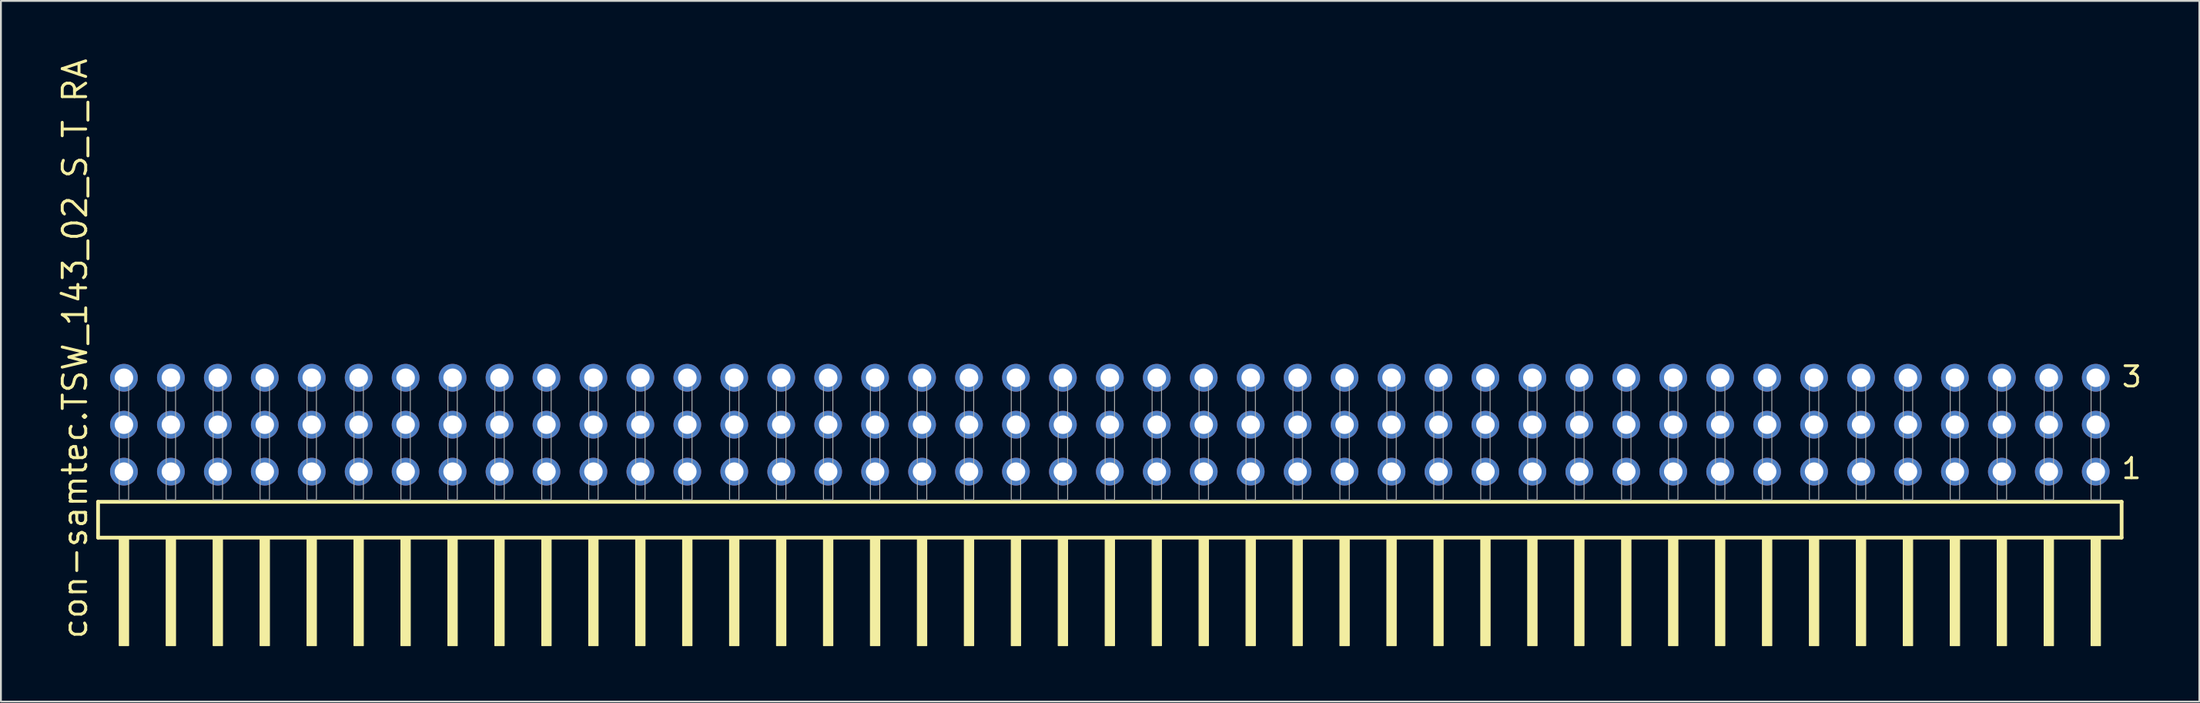
<source format=kicad_pcb>
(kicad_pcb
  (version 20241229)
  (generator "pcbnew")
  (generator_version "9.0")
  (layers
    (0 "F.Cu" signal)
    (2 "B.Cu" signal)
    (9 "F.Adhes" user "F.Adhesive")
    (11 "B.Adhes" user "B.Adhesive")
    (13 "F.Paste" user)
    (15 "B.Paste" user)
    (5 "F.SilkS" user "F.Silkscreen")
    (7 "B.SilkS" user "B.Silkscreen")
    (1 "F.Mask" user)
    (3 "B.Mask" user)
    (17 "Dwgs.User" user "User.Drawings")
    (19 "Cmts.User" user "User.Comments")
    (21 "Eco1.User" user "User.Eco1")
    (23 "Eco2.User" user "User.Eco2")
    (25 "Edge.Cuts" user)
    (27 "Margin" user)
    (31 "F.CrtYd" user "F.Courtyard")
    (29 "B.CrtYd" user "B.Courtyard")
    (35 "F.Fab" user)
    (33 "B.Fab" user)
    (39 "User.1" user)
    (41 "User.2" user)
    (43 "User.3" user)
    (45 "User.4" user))
  (footprint "con-samtec.TSW_143_02_S_T_RA"
    (layer "F.Cu")
    (at 56.995 23.993)
    (property "Reference" "con-samtec.TSW_143_02_S_T_RA" (at -55.245 7.62 90) (layer "F.SilkS") (effects (font (size 1.27 1.27) (thickness 0.16)) (justify left bottom)))
    (attr through_hole)
    (fp_line (start -54.739 0.106) (end -54.739 2.046) (stroke (width 0.203) (type default)) (layer "F.SilkS"))
    (fp_line (start -54.739 2.046) (end 54.739 2.046) (stroke (width 0.203) (type default)) (layer "F.SilkS"))
    (fp_line (start 54.739 0.106) (end -54.739 0.106) (stroke (width 0.203) (type default)) (layer "F.SilkS"))
    (fp_line (start 54.739 2.046) (end 54.739 0.106) (stroke (width 0.203) (type default)) (layer "F.SilkS"))
    (fp_rect (start -53.594 7.89) (end -53.086 2.04) (stroke (width 0.05) (type default)) (fill yes) (layer "F.SilkS"))
    (fp_rect (start -51.054 7.89) (end -50.546 2.04) (stroke (width 0.05) (type default)) (fill yes) (layer "F.SilkS"))
    (fp_rect (start -48.514 7.89) (end -48.006 2.04) (stroke (width 0.05) (type default)) (fill yes) (layer "F.SilkS"))
    (fp_rect (start -45.974 7.89) (end -45.466 2.04) (stroke (width 0.05) (type default)) (fill yes) (layer "F.SilkS"))
    (fp_rect (start -43.434 7.89) (end -42.926 2.04) (stroke (width 0.05) (type default)) (fill yes) (layer "F.SilkS"))
    (fp_rect (start -40.894 7.89) (end -40.386 2.04) (stroke (width 0.05) (type default)) (fill yes) (layer "F.SilkS"))
    (fp_rect (start -38.354 7.89) (end -37.846 2.04) (stroke (width 0.05) (type default)) (fill yes) (layer "F.SilkS"))
    (fp_rect (start -35.814 7.89) (end -35.306 2.04) (stroke (width 0.05) (type default)) (fill yes) (layer "F.SilkS"))
    (fp_rect (start -33.274 7.89) (end -32.766 2.04) (stroke (width 0.05) (type default)) (fill yes) (layer "F.SilkS"))
    (fp_rect (start -30.734 7.89) (end -30.226 2.04) (stroke (width 0.05) (type default)) (fill yes) (layer "F.SilkS"))
    (fp_rect (start -28.194 7.89) (end -27.686 2.04) (stroke (width 0.05) (type default)) (fill yes) (layer "F.SilkS"))
    (fp_rect (start -25.654 7.89) (end -25.146 2.04) (stroke (width 0.05) (type default)) (fill yes) (layer "F.SilkS"))
    (fp_rect (start -23.114 7.89) (end -22.606 2.04) (stroke (width 0.05) (type default)) (fill yes) (layer "F.SilkS"))
    (fp_rect (start -20.574 7.89) (end -20.066 2.04) (stroke (width 0.05) (type default)) (fill yes) (layer "F.SilkS"))
    (fp_rect (start -18.034 7.89) (end -17.526 2.04) (stroke (width 0.05) (type default)) (fill yes) (layer "F.SilkS"))
    (fp_rect (start -15.494 7.89) (end -14.986 2.04) (stroke (width 0.05) (type default)) (fill yes) (layer "F.SilkS"))
    (fp_rect (start -12.954 7.89) (end -12.446 2.04) (stroke (width 0.05) (type default)) (fill yes) (layer "F.SilkS"))
    (fp_rect (start -10.414 7.89) (end -9.906 2.04) (stroke (width 0.05) (type default)) (fill yes) (layer "F.SilkS"))
    (fp_rect (start -7.874 7.89) (end -7.366 2.04) (stroke (width 0.05) (type default)) (fill yes) (layer "F.SilkS"))
    (fp_rect (start -5.334 7.89) (end -4.826 2.04) (stroke (width 0.05) (type default)) (fill yes) (layer "F.SilkS"))
    (fp_rect (start -2.794 7.89) (end -2.286 2.04) (stroke (width 0.05) (type default)) (fill yes) (layer "F.SilkS"))
    (fp_rect (start -0.254 7.89) (end 0.254 2.04) (stroke (width 0.05) (type default)) (fill yes) (layer "F.SilkS"))
    (fp_rect (start 2.286 7.89) (end 2.794 2.04) (stroke (width 0.05) (type default)) (fill yes) (layer "F.SilkS"))
    (fp_rect (start 4.826 7.89) (end 5.334 2.04) (stroke (width 0.05) (type default)) (fill yes) (layer "F.SilkS"))
    (fp_rect (start 7.366 7.89) (end 7.874 2.04) (stroke (width 0.05) (type default)) (fill yes) (layer "F.SilkS"))
    (fp_rect (start 9.906 7.89) (end 10.414 2.04) (stroke (width 0.05) (type default)) (fill yes) (layer "F.SilkS"))
    (fp_rect (start 12.446 7.89) (end 12.954 2.04) (stroke (width 0.05) (type default)) (fill yes) (layer "F.SilkS"))
    (fp_rect (start 14.986 7.89) (end 15.494 2.04) (stroke (width 0.05) (type default)) (fill yes) (layer "F.SilkS"))
    (fp_rect (start 17.526 7.89) (end 18.034 2.04) (stroke (width 0.05) (type default)) (fill yes) (layer "F.SilkS"))
    (fp_rect (start 20.066 7.89) (end 20.574 2.04) (stroke (width 0.05) (type default)) (fill yes) (layer "F.SilkS"))
    (fp_rect (start 22.606 7.89) (end 23.114 2.04) (stroke (width 0.05) (type default)) (fill yes) (layer "F.SilkS"))
    (fp_rect (start 25.146 7.89) (end 25.654 2.04) (stroke (width 0.05) (type default)) (fill yes) (layer "F.SilkS"))
    (fp_rect (start 27.686 7.89) (end 28.194 2.04) (stroke (width 0.05) (type default)) (fill yes) (layer "F.SilkS"))
    (fp_rect (start 30.226 7.89) (end 30.734 2.04) (stroke (width 0.05) (type default)) (fill yes) (layer "F.SilkS"))
    (fp_rect (start 32.766 7.89) (end 33.274 2.04) (stroke (width 0.05) (type default)) (fill yes) (layer "F.SilkS"))
    (fp_rect (start 35.306 7.89) (end 35.814 2.04) (stroke (width 0.05) (type default)) (fill yes) (layer "F.SilkS"))
    (fp_rect (start 37.846 7.89) (end 38.354 2.04) (stroke (width 0.05) (type default)) (fill yes) (layer "F.SilkS"))
    (fp_rect (start 40.386 7.89) (end 40.894 2.04) (stroke (width 0.05) (type default)) (fill yes) (layer "F.SilkS"))
    (fp_rect (start 42.926 7.89) (end 43.434 2.04) (stroke (width 0.05) (type default)) (fill yes) (layer "F.SilkS"))
    (fp_rect (start 45.466 7.89) (end 45.974 2.04) (stroke (width 0.05) (type default)) (fill yes) (layer "F.SilkS"))
    (fp_rect (start 48.006 7.89) (end 48.514 2.04) (stroke (width 0.05) (type default)) (fill yes) (layer "F.SilkS"))
    (fp_rect (start 50.546 7.89) (end 51.054 2.04) (stroke (width 0.05) (type default)) (fill yes) (layer "F.SilkS"))
    (fp_rect (start 53.086 7.89) (end 53.594 2.04) (stroke (width 0.05) (type default)) (fill yes) (layer "F.SilkS"))
    (fp_rect (start -53.594 0) (end -53.086 -6.858) (stroke (width 0.05) (type default)) (fill no) (layer "F.Fab"))
    (fp_rect (start -51.054 0) (end -50.546 -6.858) (stroke (width 0.05) (type default)) (fill no) (layer "F.Fab"))
    (fp_rect (start -48.514 0) (end -48.006 -6.858) (stroke (width 0.05) (type default)) (fill no) (layer "F.Fab"))
    (fp_rect (start -45.974 0) (end -45.466 -6.858) (stroke (width 0.05) (type default)) (fill no) (layer "F.Fab"))
    (fp_rect (start -43.434 0) (end -42.926 -6.858) (stroke (width 0.05) (type default)) (fill no) (layer "F.Fab"))
    (fp_rect (start -40.894 0) (end -40.386 -6.858) (stroke (width 0.05) (type default)) (fill no) (layer "F.Fab"))
    (fp_rect (start -38.354 0) (end -37.846 -6.858) (stroke (width 0.05) (type default)) (fill no) (layer "F.Fab"))
    (fp_rect (start -35.814 0) (end -35.306 -6.858) (stroke (width 0.05) (type default)) (fill no) (layer "F.Fab"))
    (fp_rect (start -33.274 0) (end -32.766 -6.858) (stroke (width 0.05) (type default)) (fill no) (layer "F.Fab"))
    (fp_rect (start -30.734 0) (end -30.226 -6.858) (stroke (width 0.05) (type default)) (fill no) (layer "F.Fab"))
    (fp_rect (start -28.194 0) (end -27.686 -6.858) (stroke (width 0.05) (type default)) (fill no) (layer "F.Fab"))
    (fp_rect (start -25.654 0) (end -25.146 -6.858) (stroke (width 0.05) (type default)) (fill no) (layer "F.Fab"))
    (fp_rect (start -23.114 0) (end -22.606 -6.858) (stroke (width 0.05) (type default)) (fill no) (layer "F.Fab"))
    (fp_rect (start -20.574 0) (end -20.066 -6.858) (stroke (width 0.05) (type default)) (fill no) (layer "F.Fab"))
    (fp_rect (start -18.034 0) (end -17.526 -6.858) (stroke (width 0.05) (type default)) (fill no) (layer "F.Fab"))
    (fp_rect (start -15.494 0) (end -14.986 -6.858) (stroke (width 0.05) (type default)) (fill no) (layer "F.Fab"))
    (fp_rect (start -12.954 0) (end -12.446 -6.858) (stroke (width 0.05) (type default)) (fill no) (layer "F.Fab"))
    (fp_rect (start -10.414 0) (end -9.906 -6.858) (stroke (width 0.05) (type default)) (fill no) (layer "F.Fab"))
    (fp_rect (start -7.874 0) (end -7.366 -6.858) (stroke (width 0.05) (type default)) (fill no) (layer "F.Fab"))
    (fp_rect (start -5.334 0) (end -4.826 -6.858) (stroke (width 0.05) (type default)) (fill no) (layer "F.Fab"))
    (fp_rect (start -2.794 0) (end -2.286 -6.858) (stroke (width 0.05) (type default)) (fill no) (layer "F.Fab"))
    (fp_rect (start -0.254 0) (end 0.254 -6.858) (stroke (width 0.05) (type default)) (fill no) (layer "F.Fab"))
    (fp_rect (start 2.286 0) (end 2.794 -6.858) (stroke (width 0.05) (type default)) (fill no) (layer "F.Fab"))
    (fp_rect (start 4.826 0) (end 5.334 -6.858) (stroke (width 0.05) (type default)) (fill no) (layer "F.Fab"))
    (fp_rect (start 7.366 0) (end 7.874 -6.858) (stroke (width 0.05) (type default)) (fill no) (layer "F.Fab"))
    (fp_rect (start 9.906 0) (end 10.414 -6.858) (stroke (width 0.05) (type default)) (fill no) (layer "F.Fab"))
    (fp_rect (start 12.446 0) (end 12.954 -6.858) (stroke (width 0.05) (type default)) (fill no) (layer "F.Fab"))
    (fp_rect (start 14.986 0) (end 15.494 -6.858) (stroke (width 0.05) (type default)) (fill no) (layer "F.Fab"))
    (fp_rect (start 17.526 0) (end 18.034 -6.858) (stroke (width 0.05) (type default)) (fill no) (layer "F.Fab"))
    (fp_rect (start 20.066 0) (end 20.574 -6.858) (stroke (width 0.05) (type default)) (fill no) (layer "F.Fab"))
    (fp_rect (start 22.606 0) (end 23.114 -6.858) (stroke (width 0.05) (type default)) (fill no) (layer "F.Fab"))
    (fp_rect (start 25.146 0) (end 25.654 -6.858) (stroke (width 0.05) (type default)) (fill no) (layer "F.Fab"))
    (fp_rect (start 27.686 0) (end 28.194 -6.858) (stroke (width 0.05) (type default)) (fill no) (layer "F.Fab"))
    (fp_rect (start 30.226 0) (end 30.734 -6.858) (stroke (width 0.05) (type default)) (fill no) (layer "F.Fab"))
    (fp_rect (start 32.766 0) (end 33.274 -6.858) (stroke (width 0.05) (type default)) (fill no) (layer "F.Fab"))
    (fp_rect (start 35.306 0) (end 35.814 -6.858) (stroke (width 0.05) (type default)) (fill no) (layer "F.Fab"))
    (fp_rect (start 37.846 0) (end 38.354 -6.858) (stroke (width 0.05) (type default)) (fill no) (layer "F.Fab"))
    (fp_rect (start 40.386 0) (end 40.894 -6.858) (stroke (width 0.05) (type default)) (fill no) (layer "F.Fab"))
    (fp_rect (start 42.926 0) (end 43.434 -6.858) (stroke (width 0.05) (type default)) (fill no) (layer "F.Fab"))
    (fp_rect (start 45.466 0) (end 45.974 -6.858) (stroke (width 0.05) (type default)) (fill no) (layer "F.Fab"))
    (fp_rect (start 48.006 0) (end 48.514 -6.858) (stroke (width 0.05) (type default)) (fill no) (layer "F.Fab"))
    (fp_rect (start 50.546 0) (end 51.054 -6.858) (stroke (width 0.05) (type default)) (fill no) (layer "F.Fab"))
    (fp_rect (start 53.086 0) (end 53.594 -6.858) (stroke (width 0.05) (type default)) (fill no) (layer "F.Fab"))
    (fp_text user "1" (at 54.65 -1.05 0) (layer "F.SilkS") (effects (font (size 1.1 1.1) (thickness 0.15)) (justify left bottom)))
    (fp_text user "3" (at 54.665 -6.015 0) (layer "F.SilkS") (effects (font (size 1.1 1.1) (thickness 0.15)) (justify left bottom)))
    (pad "1" thru_hole circle (at 53.34 -1.524 180) (size 1.5 1.5) (drill 1) (layers "*.Cu" "*.Mask"))
    (pad "2" thru_hole circle (at 53.34 -4.064 180) (size 1.5 1.5) (drill 1) (layers "*.Cu" "*.Mask"))
    (pad "3" thru_hole circle (at 53.34 -6.604 180) (size 1.5 1.5) (drill 1) (layers "*.Cu" "*.Mask"))
    (pad "4" thru_hole circle (at 50.8 -1.524 180) (size 1.5 1.5) (drill 1) (layers "*.Cu" "*.Mask"))
    (pad "5" thru_hole circle (at 50.8 -4.064 180) (size 1.5 1.5) (drill 1) (layers "*.Cu" "*.Mask"))
    (pad "6" thru_hole circle (at 50.8 -6.604 180) (size 1.5 1.5) (drill 1) (layers "*.Cu" "*.Mask"))
    (pad "7" thru_hole circle (at 48.26 -1.524 180) (size 1.5 1.5) (drill 1) (layers "*.Cu" "*.Mask"))
    (pad "8" thru_hole circle (at 48.26 -4.064 180) (size 1.5 1.5) (drill 1) (layers "*.Cu" "*.Mask"))
    (pad "9" thru_hole circle (at 48.26 -6.604 180) (size 1.5 1.5) (drill 1) (layers "*.Cu" "*.Mask"))
    (pad "10" thru_hole circle (at 45.72 -1.524 180) (size 1.5 1.5) (drill 1) (layers "*.Cu" "*.Mask"))
    (pad "11" thru_hole circle (at 45.72 -4.064 180) (size 1.5 1.5) (drill 1) (layers "*.Cu" "*.Mask"))
    (pad "12" thru_hole circle (at 45.72 -6.604 180) (size 1.5 1.5) (drill 1) (layers "*.Cu" "*.Mask"))
    (pad "13" thru_hole circle (at 43.18 -1.524 180) (size 1.5 1.5) (drill 1) (layers "*.Cu" "*.Mask"))
    (pad "14" thru_hole circle (at 43.18 -4.064 180) (size 1.5 1.5) (drill 1) (layers "*.Cu" "*.Mask"))
    (pad "15" thru_hole circle (at 43.18 -6.604 180) (size 1.5 1.5) (drill 1) (layers "*.Cu" "*.Mask"))
    (pad "16" thru_hole circle (at 40.64 -1.524 180) (size 1.5 1.5) (drill 1) (layers "*.Cu" "*.Mask"))
    (pad "17" thru_hole circle (at 40.64 -4.064 180) (size 1.5 1.5) (drill 1) (layers "*.Cu" "*.Mask"))
    (pad "18" thru_hole circle (at 40.64 -6.604 180) (size 1.5 1.5) (drill 1) (layers "*.Cu" "*.Mask"))
    (pad "19" thru_hole circle (at 38.1 -1.524 180) (size 1.5 1.5) (drill 1) (layers "*.Cu" "*.Mask"))
    (pad "20" thru_hole circle (at 38.1 -4.064 180) (size 1.5 1.5) (drill 1) (layers "*.Cu" "*.Mask"))
    (pad "21" thru_hole circle (at 38.1 -6.604 180) (size 1.5 1.5) (drill 1) (layers "*.Cu" "*.Mask"))
    (pad "22" thru_hole circle (at 35.56 -1.524 180) (size 1.5 1.5) (drill 1) (layers "*.Cu" "*.Mask"))
    (pad "23" thru_hole circle (at 35.56 -4.064 180) (size 1.5 1.5) (drill 1) (layers "*.Cu" "*.Mask"))
    (pad "24" thru_hole circle (at 35.56 -6.604 180) (size 1.5 1.5) (drill 1) (layers "*.Cu" "*.Mask"))
    (pad "25" thru_hole circle (at 33.02 -1.524 180) (size 1.5 1.5) (drill 1) (layers "*.Cu" "*.Mask"))
    (pad "26" thru_hole circle (at 33.02 -4.064 180) (size 1.5 1.5) (drill 1) (layers "*.Cu" "*.Mask"))
    (pad "27" thru_hole circle (at 33.02 -6.604 180) (size 1.5 1.5) (drill 1) (layers "*.Cu" "*.Mask"))
    (pad "28" thru_hole circle (at 30.48 -1.524 180) (size 1.5 1.5) (drill 1) (layers "*.Cu" "*.Mask"))
    (pad "29" thru_hole circle (at 30.48 -4.064 180) (size 1.5 1.5) (drill 1) (layers "*.Cu" "*.Mask"))
    (pad "30" thru_hole circle (at 30.48 -6.604 180) (size 1.5 1.5) (drill 1) (layers "*.Cu" "*.Mask"))
    (pad "31" thru_hole circle (at 27.94 -1.524 180) (size 1.5 1.5) (drill 1) (layers "*.Cu" "*.Mask"))
    (pad "32" thru_hole circle (at 27.94 -4.064 180) (size 1.5 1.5) (drill 1) (layers "*.Cu" "*.Mask"))
    (pad "33" thru_hole circle (at 27.94 -6.604 180) (size 1.5 1.5) (drill 1) (layers "*.Cu" "*.Mask"))
    (pad "34" thru_hole circle (at 25.4 -1.524 180) (size 1.5 1.5) (drill 1) (layers "*.Cu" "*.Mask"))
    (pad "35" thru_hole circle (at 25.4 -4.064 180) (size 1.5 1.5) (drill 1) (layers "*.Cu" "*.Mask"))
    (pad "36" thru_hole circle (at 25.4 -6.604 180) (size 1.5 1.5) (drill 1) (layers "*.Cu" "*.Mask"))
    (pad "37" thru_hole circle (at 22.86 -1.524 180) (size 1.5 1.5) (drill 1) (layers "*.Cu" "*.Mask"))
    (pad "38" thru_hole circle (at 22.86 -4.064 180) (size 1.5 1.5) (drill 1) (layers "*.Cu" "*.Mask"))
    (pad "39" thru_hole circle (at 22.86 -6.604 180) (size 1.5 1.5) (drill 1) (layers "*.Cu" "*.Mask"))
    (pad "40" thru_hole circle (at 20.32 -1.524 180) (size 1.5 1.5) (drill 1) (layers "*.Cu" "*.Mask"))
    (pad "41" thru_hole circle (at 20.32 -4.064 180) (size 1.5 1.5) (drill 1) (layers "*.Cu" "*.Mask"))
    (pad "42" thru_hole circle (at 20.32 -6.604 180) (size 1.5 1.5) (drill 1) (layers "*.Cu" "*.Mask"))
    (pad "43" thru_hole circle (at 17.78 -1.524 180) (size 1.5 1.5) (drill 1) (layers "*.Cu" "*.Mask"))
    (pad "44" thru_hole circle (at 17.78 -4.064 180) (size 1.5 1.5) (drill 1) (layers "*.Cu" "*.Mask"))
    (pad "45" thru_hole circle (at 17.78 -6.604 180) (size 1.5 1.5) (drill 1) (layers "*.Cu" "*.Mask"))
    (pad "46" thru_hole circle (at 15.24 -1.524 180) (size 1.5 1.5) (drill 1) (layers "*.Cu" "*.Mask"))
    (pad "47" thru_hole circle (at 15.24 -4.064 180) (size 1.5 1.5) (drill 1) (layers "*.Cu" "*.Mask"))
    (pad "48" thru_hole circle (at 15.24 -6.604 180) (size 1.5 1.5) (drill 1) (layers "*.Cu" "*.Mask"))
    (pad "49" thru_hole circle (at 12.7 -1.524 180) (size 1.5 1.5) (drill 1) (layers "*.Cu" "*.Mask"))
    (pad "50" thru_hole circle (at 12.7 -4.064 180) (size 1.5 1.5) (drill 1) (layers "*.Cu" "*.Mask"))
    (pad "51" thru_hole circle (at 12.7 -6.604 180) (size 1.5 1.5) (drill 1) (layers "*.Cu" "*.Mask"))
    (pad "52" thru_hole circle (at 10.16 -1.524 180) (size 1.5 1.5) (drill 1) (layers "*.Cu" "*.Mask"))
    (pad "53" thru_hole circle (at 10.16 -4.064 180) (size 1.5 1.5) (drill 1) (layers "*.Cu" "*.Mask"))
    (pad "54" thru_hole circle (at 10.16 -6.604 180) (size 1.5 1.5) (drill 1) (layers "*.Cu" "*.Mask"))
    (pad "55" thru_hole circle (at 7.62 -1.524 180) (size 1.5 1.5) (drill 1) (layers "*.Cu" "*.Mask"))
    (pad "56" thru_hole circle (at 7.62 -4.064 180) (size 1.5 1.5) (drill 1) (layers "*.Cu" "*.Mask"))
    (pad "57" thru_hole circle (at 7.62 -6.604 180) (size 1.5 1.5) (drill 1) (layers "*.Cu" "*.Mask"))
    (pad "58" thru_hole circle (at 5.08 -1.524 180) (size 1.5 1.5) (drill 1) (layers "*.Cu" "*.Mask"))
    (pad "59" thru_hole circle (at 5.08 -4.064 180) (size 1.5 1.5) (drill 1) (layers "*.Cu" "*.Mask"))
    (pad "60" thru_hole circle (at 5.08 -6.604 180) (size 1.5 1.5) (drill 1) (layers "*.Cu" "*.Mask"))
    (pad "61" thru_hole circle (at 2.54 -1.524 180) (size 1.5 1.5) (drill 1) (layers "*.Cu" "*.Mask"))
    (pad "62" thru_hole circle (at 2.54 -4.064 180) (size 1.5 1.5) (drill 1) (layers "*.Cu" "*.Mask"))
    (pad "63" thru_hole circle (at 2.54 -6.604 180) (size 1.5 1.5) (drill 1) (layers "*.Cu" "*.Mask"))
    (pad "64" thru_hole circle (at 0 -1.524 180) (size 1.5 1.5) (drill 1) (layers "*.Cu" "*.Mask"))
    (pad "65" thru_hole circle (at 0 -4.064 180) (size 1.5 1.5) (drill 1) (layers "*.Cu" "*.Mask"))
    (pad "66" thru_hole circle (at 0 -6.604 180) (size 1.5 1.5) (drill 1) (layers "*.Cu" "*.Mask"))
    (pad "67" thru_hole circle (at -2.54 -1.524 180) (size 1.5 1.5) (drill 1) (layers "*.Cu" "*.Mask"))
    (pad "68" thru_hole circle (at -2.54 -4.064 180) (size 1.5 1.5) (drill 1) (layers "*.Cu" "*.Mask"))
    (pad "69" thru_hole circle (at -2.54 -6.604 180) (size 1.5 1.5) (drill 1) (layers "*.Cu" "*.Mask"))
    (pad "70" thru_hole circle (at -5.08 -1.524 180) (size 1.5 1.5) (drill 1) (layers "*.Cu" "*.Mask"))
    (pad "71" thru_hole circle (at -5.08 -4.064 180) (size 1.5 1.5) (drill 1) (layers "*.Cu" "*.Mask"))
    (pad "72" thru_hole circle (at -5.08 -6.604 180) (size 1.5 1.5) (drill 1) (layers "*.Cu" "*.Mask"))
    (pad "73" thru_hole circle (at -7.62 -1.524 180) (size 1.5 1.5) (drill 1) (layers "*.Cu" "*.Mask"))
    (pad "74" thru_hole circle (at -7.62 -4.064 180) (size 1.5 1.5) (drill 1) (layers "*.Cu" "*.Mask"))
    (pad "75" thru_hole circle (at -7.62 -6.604 180) (size 1.5 1.5) (drill 1) (layers "*.Cu" "*.Mask"))
    (pad "76" thru_hole circle (at -10.16 -1.524 180) (size 1.5 1.5) (drill 1) (layers "*.Cu" "*.Mask"))
    (pad "77" thru_hole circle (at -10.16 -4.064 180) (size 1.5 1.5) (drill 1) (layers "*.Cu" "*.Mask"))
    (pad "78" thru_hole circle (at -10.16 -6.604 180) (size 1.5 1.5) (drill 1) (layers "*.Cu" "*.Mask"))
    (pad "79" thru_hole circle (at -12.7 -1.524 180) (size 1.5 1.5) (drill 1) (layers "*.Cu" "*.Mask"))
    (pad "80" thru_hole circle (at -12.7 -4.064 180) (size 1.5 1.5) (drill 1) (layers "*.Cu" "*.Mask"))
    (pad "81" thru_hole circle (at -12.7 -6.604 180) (size 1.5 1.5) (drill 1) (layers "*.Cu" "*.Mask"))
    (pad "82" thru_hole circle (at -15.24 -1.524 180) (size 1.5 1.5) (drill 1) (layers "*.Cu" "*.Mask"))
    (pad "83" thru_hole circle (at -15.24 -4.064 180) (size 1.5 1.5) (drill 1) (layers "*.Cu" "*.Mask"))
    (pad "84" thru_hole circle (at -15.24 -6.604 180) (size 1.5 1.5) (drill 1) (layers "*.Cu" "*.Mask"))
    (pad "85" thru_hole circle (at -17.78 -1.524 180) (size 1.5 1.5) (drill 1) (layers "*.Cu" "*.Mask"))
    (pad "86" thru_hole circle (at -17.78 -4.064 180) (size 1.5 1.5) (drill 1) (layers "*.Cu" "*.Mask"))
    (pad "87" thru_hole circle (at -17.78 -6.604 180) (size 1.5 1.5) (drill 1) (layers "*.Cu" "*.Mask"))
    (pad "88" thru_hole circle (at -20.32 -1.524 180) (size 1.5 1.5) (drill 1) (layers "*.Cu" "*.Mask"))
    (pad "89" thru_hole circle (at -20.32 -4.064 180) (size 1.5 1.5) (drill 1) (layers "*.Cu" "*.Mask"))
    (pad "90" thru_hole circle (at -20.32 -6.604 180) (size 1.5 1.5) (drill 1) (layers "*.Cu" "*.Mask"))
    (pad "91" thru_hole circle (at -22.86 -1.524 180) (size 1.5 1.5) (drill 1) (layers "*.Cu" "*.Mask"))
    (pad "92" thru_hole circle (at -22.86 -4.064 180) (size 1.5 1.5) (drill 1) (layers "*.Cu" "*.Mask"))
    (pad "93" thru_hole circle (at -22.86 -6.604 180) (size 1.5 1.5) (drill 1) (layers "*.Cu" "*.Mask"))
    (pad "94" thru_hole circle (at -25.4 -1.524 180) (size 1.5 1.5) (drill 1) (layers "*.Cu" "*.Mask"))
    (pad "95" thru_hole circle (at -25.4 -4.064 180) (size 1.5 1.5) (drill 1) (layers "*.Cu" "*.Mask"))
    (pad "96" thru_hole circle (at -25.4 -6.604 180) (size 1.5 1.5) (drill 1) (layers "*.Cu" "*.Mask"))
    (pad "97" thru_hole circle (at -27.94 -1.524 180) (size 1.5 1.5) (drill 1) (layers "*.Cu" "*.Mask"))
    (pad "98" thru_hole circle (at -27.94 -4.064 180) (size 1.5 1.5) (drill 1) (layers "*.Cu" "*.Mask"))
    (pad "99" thru_hole circle (at -27.94 -6.604 180) (size 1.5 1.5) (drill 1) (layers "*.Cu" "*.Mask"))
    (pad "100" thru_hole circle (at -30.48 -1.524 180) (size 1.5 1.5) (drill 1) (layers "*.Cu" "*.Mask"))
    (pad "101" thru_hole circle (at -30.48 -4.064 180) (size 1.5 1.5) (drill 1) (layers "*.Cu" "*.Mask"))
    (pad "102" thru_hole circle (at -30.48 -6.604 180) (size 1.5 1.5) (drill 1) (layers "*.Cu" "*.Mask"))
    (pad "103" thru_hole circle (at -33.02 -1.524 180) (size 1.5 1.5) (drill 1) (layers "*.Cu" "*.Mask"))
    (pad "104" thru_hole circle (at -33.02 -4.064 180) (size 1.5 1.5) (drill 1) (layers "*.Cu" "*.Mask"))
    (pad "105" thru_hole circle (at -33.02 -6.604 180) (size 1.5 1.5) (drill 1) (layers "*.Cu" "*.Mask"))
    (pad "106" thru_hole circle (at -35.56 -1.524 180) (size 1.5 1.5) (drill 1) (layers "*.Cu" "*.Mask"))
    (pad "107" thru_hole circle (at -35.56 -4.064 180) (size 1.5 1.5) (drill 1) (layers "*.Cu" "*.Mask"))
    (pad "108" thru_hole circle (at -35.56 -6.604 180) (size 1.5 1.5) (drill 1) (layers "*.Cu" "*.Mask"))
    (pad "109" thru_hole circle (at -38.1 -1.524 180) (size 1.5 1.5) (drill 1) (layers "*.Cu" "*.Mask"))
    (pad "110" thru_hole circle (at -38.1 -4.064 180) (size 1.5 1.5) (drill 1) (layers "*.Cu" "*.Mask"))
    (pad "111" thru_hole circle (at -38.1 -6.604 180) (size 1.5 1.5) (drill 1) (layers "*.Cu" "*.Mask"))
    (pad "112" thru_hole circle (at -40.64 -1.524 180) (size 1.5 1.5) (drill 1) (layers "*.Cu" "*.Mask"))
    (pad "113" thru_hole circle (at -40.64 -4.064 180) (size 1.5 1.5) (drill 1) (layers "*.Cu" "*.Mask"))
    (pad "114" thru_hole circle (at -40.64 -6.604 180) (size 1.5 1.5) (drill 1) (layers "*.Cu" "*.Mask"))
    (pad "115" thru_hole circle (at -43.18 -1.524 180) (size 1.5 1.5) (drill 1) (layers "*.Cu" "*.Mask"))
    (pad "116" thru_hole circle (at -43.18 -4.064 180) (size 1.5 1.5) (drill 1) (layers "*.Cu" "*.Mask"))
    (pad "117" thru_hole circle (at -43.18 -6.604 180) (size 1.5 1.5) (drill 1) (layers "*.Cu" "*.Mask"))
    (pad "118" thru_hole circle (at -45.72 -1.524 180) (size 1.5 1.5) (drill 1) (layers "*.Cu" "*.Mask"))
    (pad "119" thru_hole circle (at -45.72 -4.064 180) (size 1.5 1.5) (drill 1) (layers "*.Cu" "*.Mask"))
    (pad "120" thru_hole circle (at -45.72 -6.604 180) (size 1.5 1.5) (drill 1) (layers "*.Cu" "*.Mask"))
    (pad "121" thru_hole circle (at -48.26 -1.524 180) (size 1.5 1.5) (drill 1) (layers "*.Cu" "*.Mask"))
    (pad "122" thru_hole circle (at -48.26 -4.064 180) (size 1.5 1.5) (drill 1) (layers "*.Cu" "*.Mask"))
    (pad "123" thru_hole circle (at -48.26 -6.604 180) (size 1.5 1.5) (drill 1) (layers "*.Cu" "*.Mask"))
    (pad "124" thru_hole circle (at -50.8 -1.524 180) (size 1.5 1.5) (drill 1) (layers "*.Cu" "*.Mask"))
    (pad "125" thru_hole circle (at -50.8 -4.064 180) (size 1.5 1.5) (drill 1) (layers "*.Cu" "*.Mask"))
    (pad "126" thru_hole circle (at -50.8 -6.604 180) (size 1.5 1.5) (drill 1) (layers "*.Cu" "*.Mask"))
    (pad "127" thru_hole circle (at -53.34 -1.524 180) (size 1.5 1.5) (drill 1) (layers "*.Cu" "*.Mask"))
    (pad "128" thru_hole circle (at -53.34 -4.064 180) (size 1.5 1.5) (drill 1) (layers "*.Cu" "*.Mask"))
    (pad "129" thru_hole circle (at -53.34 -6.604 180) (size 1.5 1.5) (drill 1) (layers "*.Cu" "*.Mask")))
  (gr_rect
    (start -3 -3)
    (end 115.938 34.908)
    (stroke (width 0.1) (type default))
    (fill no)
    (layer "Edge.Cuts")))
</source>
